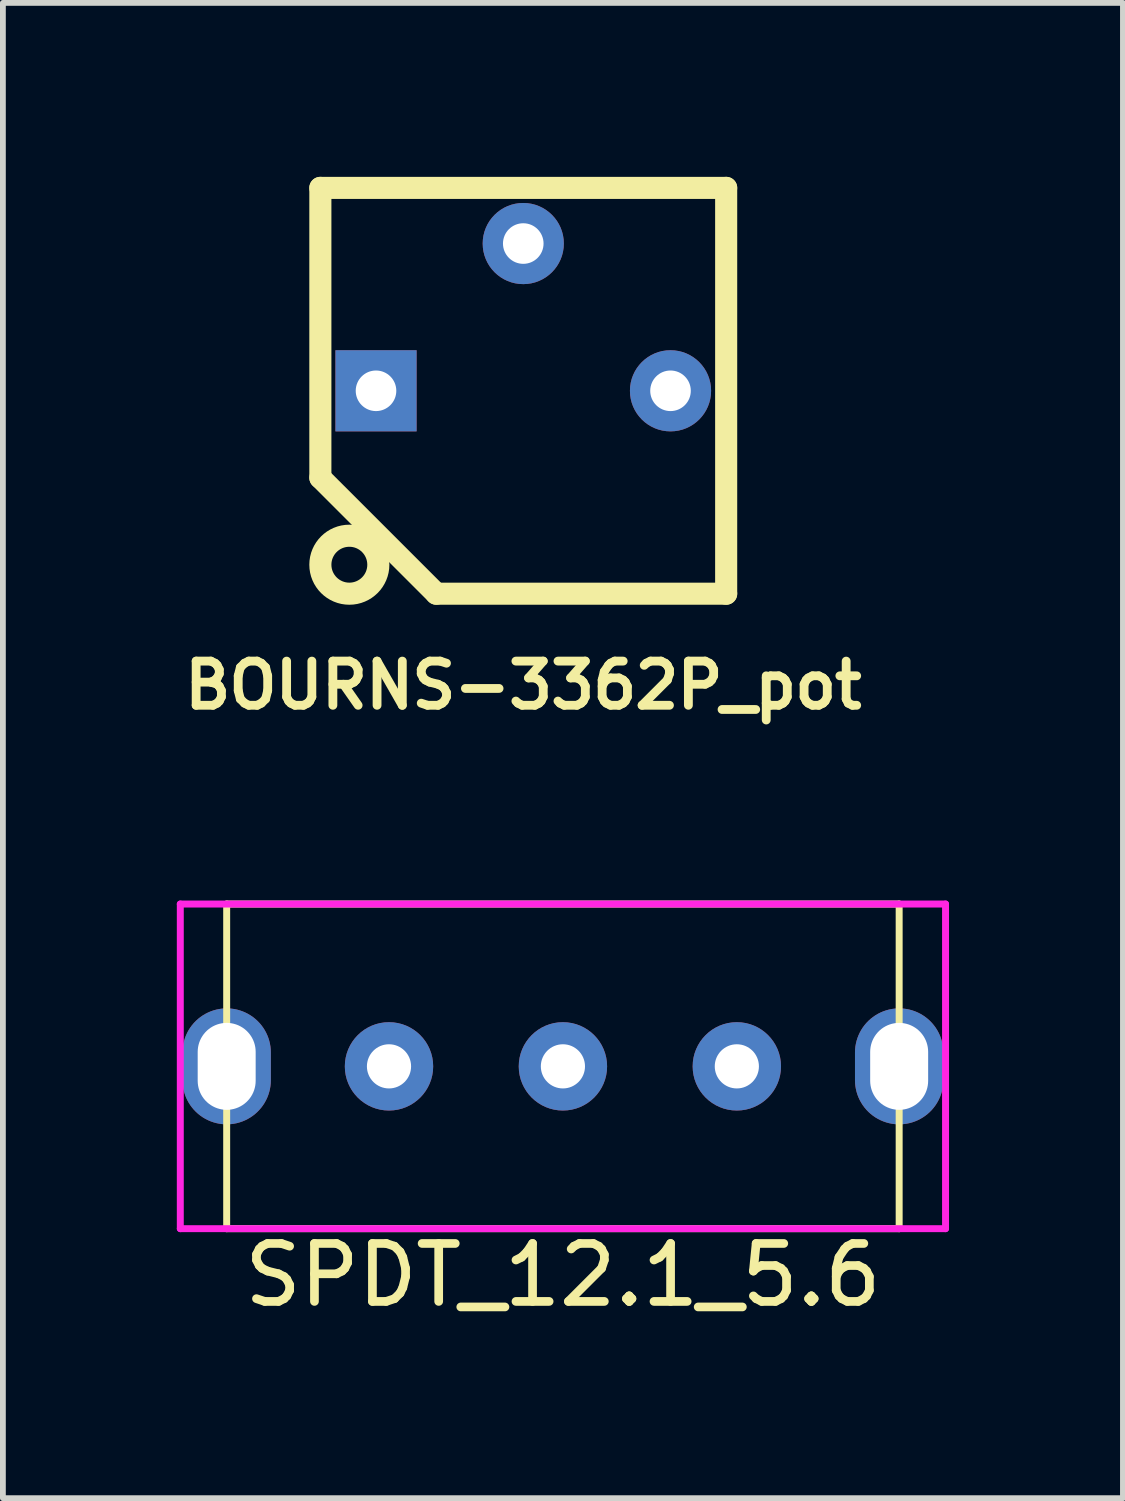
<source format=kicad_pcb>
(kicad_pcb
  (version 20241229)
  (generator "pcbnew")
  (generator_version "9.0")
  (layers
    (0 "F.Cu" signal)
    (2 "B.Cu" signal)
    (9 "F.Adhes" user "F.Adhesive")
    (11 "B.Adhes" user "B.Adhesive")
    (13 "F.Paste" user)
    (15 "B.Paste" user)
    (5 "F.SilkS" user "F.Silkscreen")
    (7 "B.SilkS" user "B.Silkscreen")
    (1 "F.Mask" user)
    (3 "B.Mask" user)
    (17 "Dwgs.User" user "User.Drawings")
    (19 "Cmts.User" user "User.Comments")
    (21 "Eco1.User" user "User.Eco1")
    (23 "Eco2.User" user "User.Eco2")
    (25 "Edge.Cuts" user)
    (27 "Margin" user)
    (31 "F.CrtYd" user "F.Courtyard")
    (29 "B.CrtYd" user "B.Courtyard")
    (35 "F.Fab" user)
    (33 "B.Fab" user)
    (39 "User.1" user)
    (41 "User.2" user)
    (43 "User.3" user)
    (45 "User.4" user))
  (footprint "SPDT_12.1_5.6"
    (layer "F.Cu")
    (at 6.66 15.344)
    (property "Reference" "SPDT_12.1_5.6" (at 0 3.6 0) (layer "F.SilkS") (effects (font (size 1 1) (thickness 0.15))))
    (attr through_hole)
    (fp_line (start -5.8 -2.8) (end -5.8 2.8) (stroke (width 0.12) (type solid)) (layer "F.SilkS"))
    (fp_line (start -5.8 2.8) (end 5.8 2.8) (stroke (width 0.12) (type solid)) (layer "F.SilkS"))
    (fp_line (start 5.8 -2.8) (end -5.8 -2.8) (stroke (width 0.12) (type solid)) (layer "F.SilkS"))
    (fp_line (start 5.8 2.8) (end 5.8 -2.8) (stroke (width 0.12) (type solid)) (layer "F.SilkS"))
    (fp_line (start -6.6 -2.8) (end -6.6 2.8) (stroke (width 0.12) (type solid)) (layer "F.CrtYd"))
    (fp_line (start -6.6 2.8) (end 6.6 2.8) (stroke (width 0.12) (type solid)) (layer "F.CrtYd"))
    (fp_line (start 6.6 -2.8) (end -6.6 -2.8) (stroke (width 0.12) (type solid)) (layer "F.CrtYd"))
    (fp_line (start 6.6 2.8) (end 6.6 -2.8) (stroke (width 0.12) (type solid)) (layer "F.CrtYd"))
    (pad "1" thru_hole circle (at -3 0) (size 1.524 1.524) (drill 0.762) (layers "*.Cu" "*.Mask"))
    (pad "2" thru_hole circle (at 0 0) (size 1.524 1.524) (drill 0.762) (layers "*.Cu" "*.Mask"))
    (pad "3" thru_hole circle (at 3 0) (size 1.524 1.524) (drill 0.762) (layers "*.Cu" "*.Mask"))
    (pad "TH" thru_hole oval (at -5.8 0) (size 1.524 2) (drill oval 1 1.5) (layers "*.Cu" "*.Mask"))
    (pad "TH" thru_hole oval (at 5.8 0) (size 1.524 2) (drill oval 1 1.5) (layers "*.Cu" "*.Mask")))
  (footprint "BOURNS-3362P_pot"
    (layer "F.Cu")
    (at 5.976 3.691)
    (property "Reference" "BOURNS-3362P_pot" (at 0 5.08 0) (layer "F.SilkS") (effects (font (size 0.762 0.762) (thickness 0.152))))
    (attr through_hole)
    (fp_line (start -3.5 -3.5) (end 3.5 -3.5) (stroke (width 0.381) (type solid)) (layer "F.SilkS"))
    (fp_line (start -3.5 1.5) (end -3.5 -3.5) (stroke (width 0.381) (type solid)) (layer "F.SilkS"))
    (fp_line (start -3.5 1.5) (end -1.5 3.5) (stroke (width 0.381) (type solid)) (layer "F.SilkS"))
    (fp_line (start -1.5 3.5) (end 3.5 3.5) (stroke (width 0.381) (type solid)) (layer "F.SilkS"))
    (fp_line (start 3.5 -3.5) (end 3.5 3.5) (stroke (width 0.381) (type solid)) (layer "F.SilkS"))
    (fp_circle (center -3 3) (end -3 3.5) (stroke (width 0.381) (type solid)) (fill no) (layer "F.SilkS"))
    (pad "1" thru_hole rect (at -2.54 0) (size 1.4 1.4) (drill 0.7) (layers "*.Cu" "*.Mask"))
    (pad "2" thru_hole circle (at 0 -2.54) (size 1.4 1.4) (drill 0.7) (layers "*.Cu" "*.Mask"))
    (pad "3" thru_hole circle (at 2.54 0) (size 1.4 1.4) (drill 0.7) (layers "*.Cu" "*.Mask")))
  (gr_rect
    (start -3 -3)
    (end 16.32 22.792)
    (stroke (width 0.1) (type default))
    (fill no)
    (layer "Edge.Cuts")))
</source>
